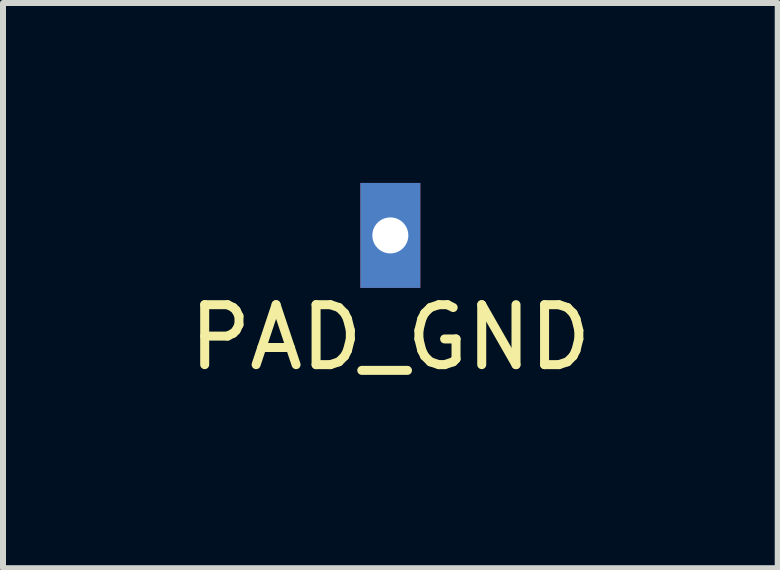
<source format=kicad_pcb>
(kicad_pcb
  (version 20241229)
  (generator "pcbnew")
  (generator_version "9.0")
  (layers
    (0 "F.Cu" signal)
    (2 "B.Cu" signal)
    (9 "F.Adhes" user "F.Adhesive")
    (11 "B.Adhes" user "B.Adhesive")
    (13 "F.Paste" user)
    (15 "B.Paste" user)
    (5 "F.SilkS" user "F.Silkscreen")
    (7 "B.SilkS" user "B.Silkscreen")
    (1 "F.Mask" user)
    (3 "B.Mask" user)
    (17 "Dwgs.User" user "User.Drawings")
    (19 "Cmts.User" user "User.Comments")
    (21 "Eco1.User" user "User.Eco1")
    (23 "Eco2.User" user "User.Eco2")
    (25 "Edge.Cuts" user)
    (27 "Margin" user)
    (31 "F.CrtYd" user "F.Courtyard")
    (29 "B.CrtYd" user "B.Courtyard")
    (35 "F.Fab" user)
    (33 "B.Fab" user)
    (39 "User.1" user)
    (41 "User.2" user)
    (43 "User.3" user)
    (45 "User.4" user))
  (footprint "PAD_GND"
    (layer "F.Cu")
    (at 3.458 0.875)
    (property "Reference" "PAD_GND" (at 0 1.7 0) (layer "F.SilkS") (effects (font (size 1 1) (thickness 0.15))))
    (attr through_hole)
    (pad "1" thru_hole rect (at 0 0) (size 1 1.75) (drill 0.6) (layers "*.Cu" "*.Mask")))
  (gr_rect
    (start -3 -3)
    (end 9.917 6.423)
    (stroke (width 0.1) (type default))
    (fill no)
    (layer "Edge.Cuts")))
</source>
